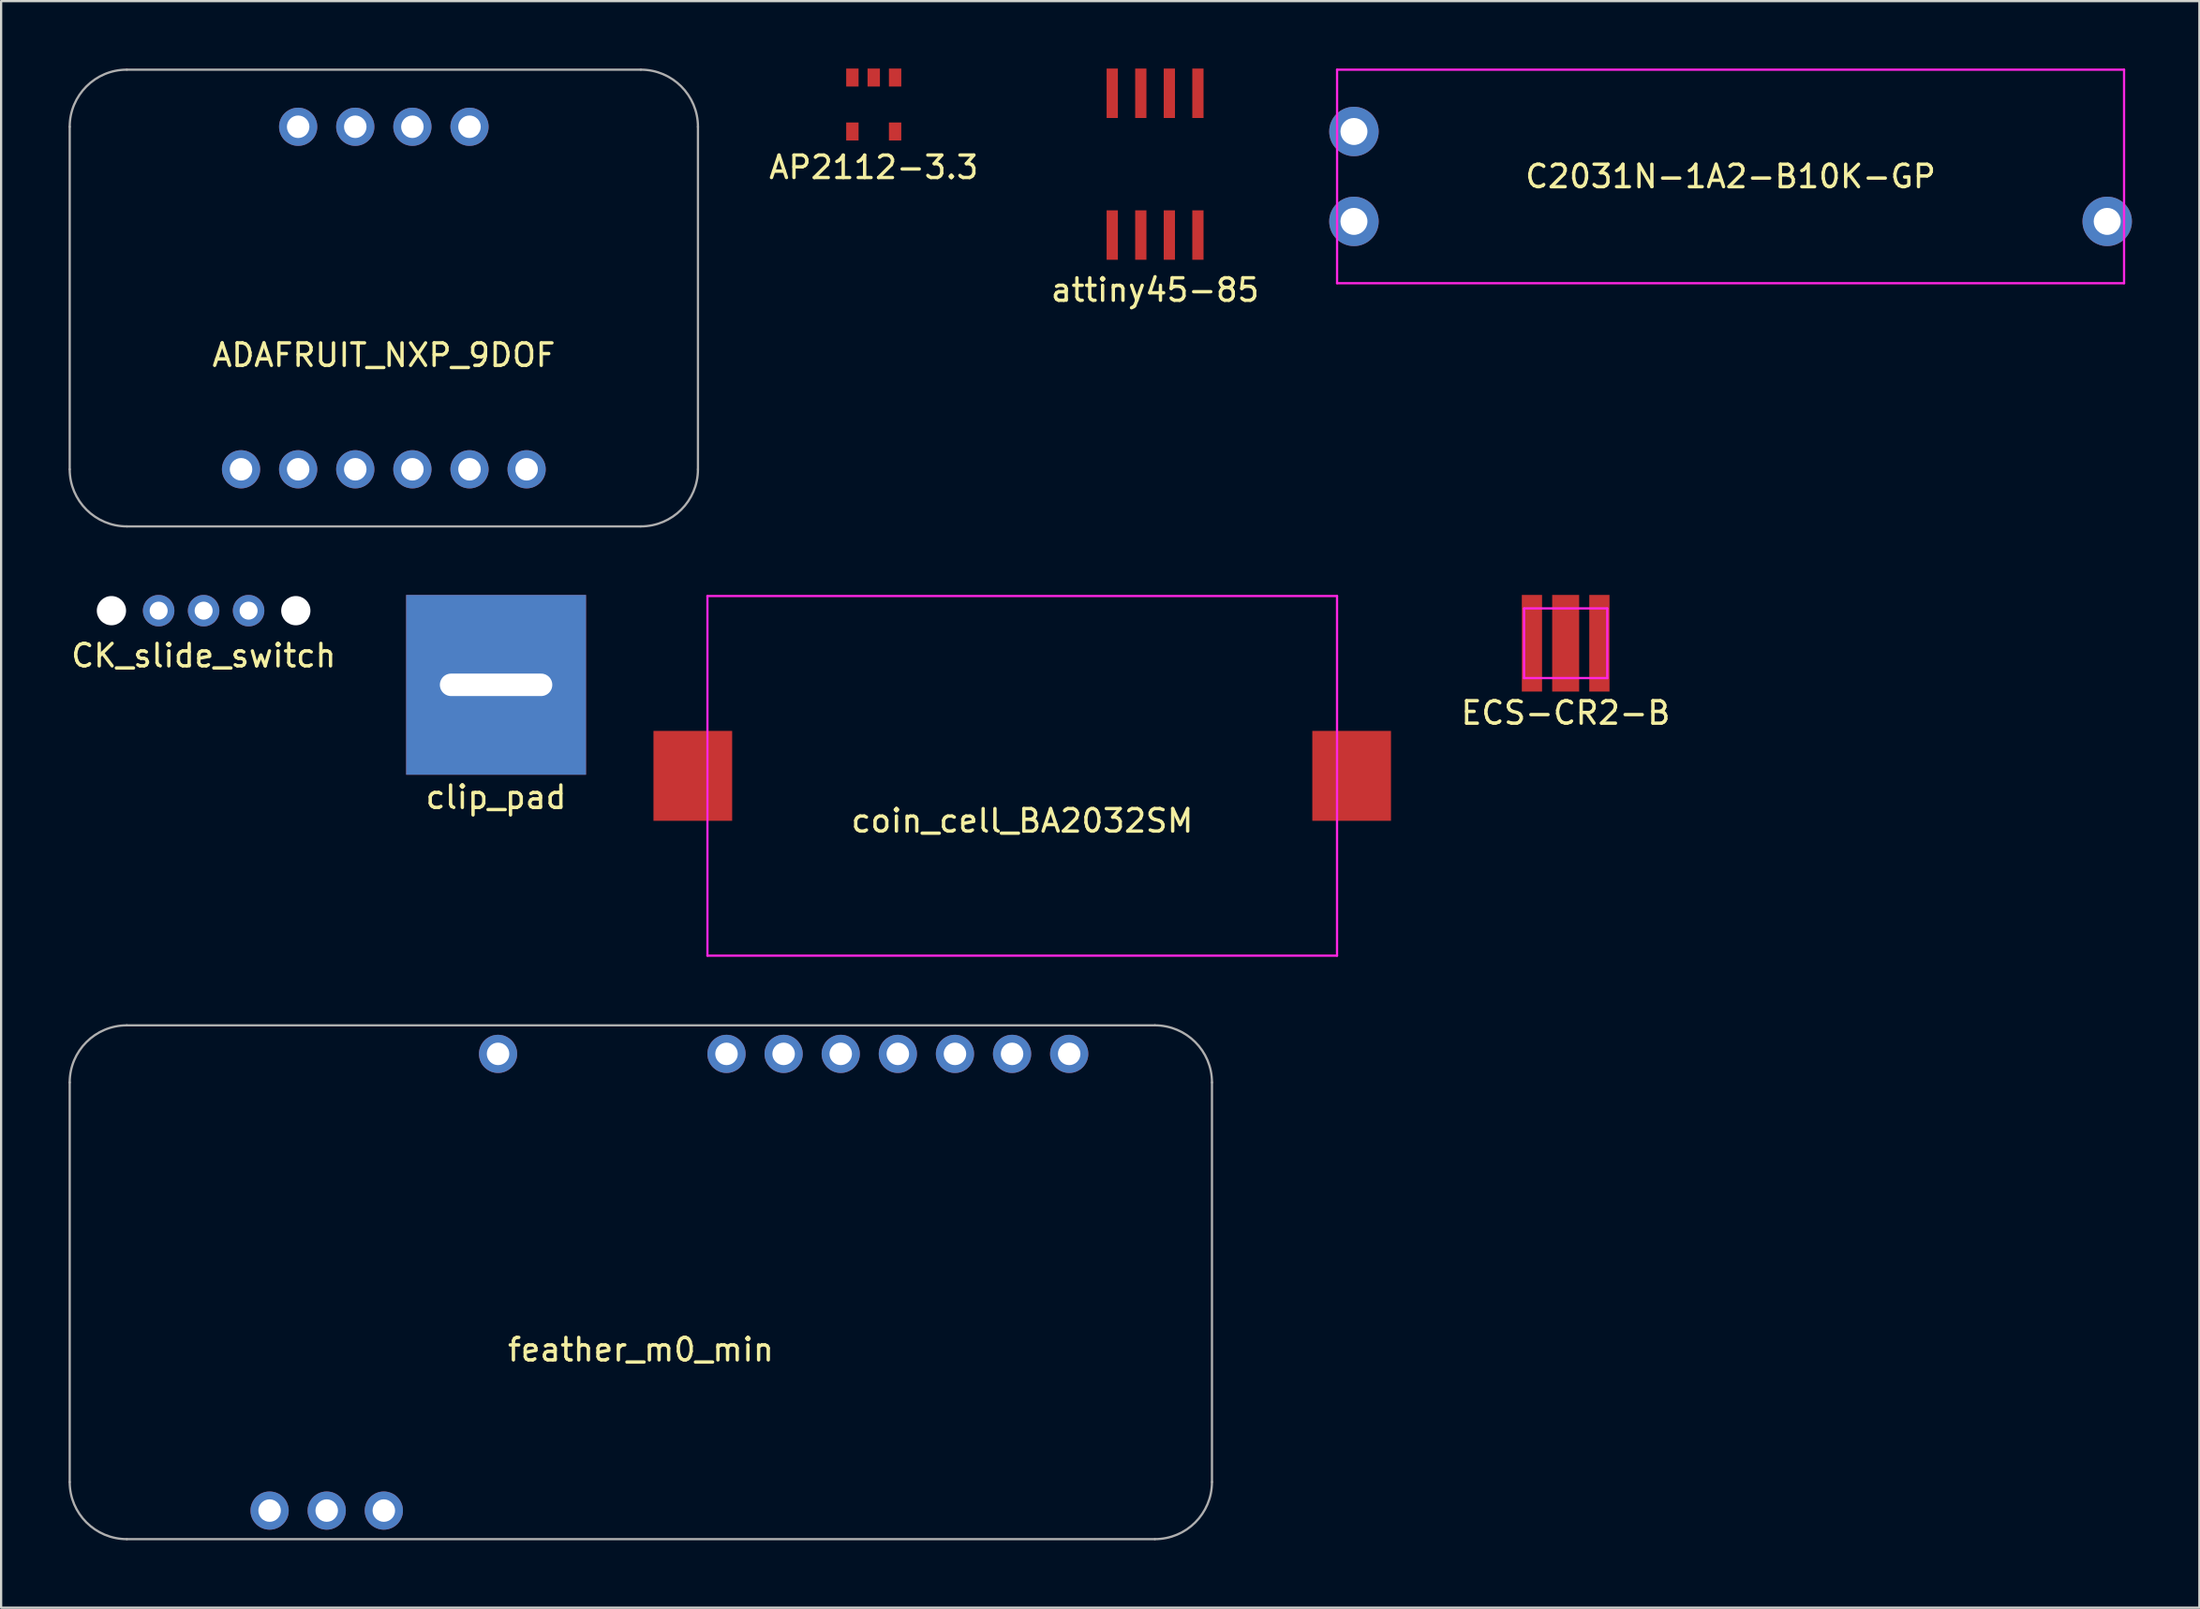
<source format=kicad_pcb>
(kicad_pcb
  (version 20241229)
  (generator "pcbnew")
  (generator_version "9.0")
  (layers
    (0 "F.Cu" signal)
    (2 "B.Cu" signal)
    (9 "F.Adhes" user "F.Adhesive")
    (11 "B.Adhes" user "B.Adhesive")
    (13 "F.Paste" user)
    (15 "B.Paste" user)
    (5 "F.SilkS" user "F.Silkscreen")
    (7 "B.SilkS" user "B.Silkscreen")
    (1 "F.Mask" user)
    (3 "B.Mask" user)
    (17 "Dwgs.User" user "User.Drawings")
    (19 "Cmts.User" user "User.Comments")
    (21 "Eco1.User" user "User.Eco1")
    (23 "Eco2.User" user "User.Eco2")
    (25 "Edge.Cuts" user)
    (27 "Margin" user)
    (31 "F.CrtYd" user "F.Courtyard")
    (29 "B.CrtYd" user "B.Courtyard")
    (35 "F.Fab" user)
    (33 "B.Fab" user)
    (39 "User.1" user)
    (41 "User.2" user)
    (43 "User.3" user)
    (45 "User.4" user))
  (footprint "CK_slide_switch"
    (layer "F.Cu")
    (at 6.006 24.12)
    (property "Reference" "CK_slide_switch" (at 0 2 0) (layer "F.SilkS") (effects (font (size 1 1) (thickness 0.15))))
    (attr through_hole)
    (pad "" np_thru_hole circle (at -4.1 0) (size 1.3 1.3) (drill 1.3) (layers "*.Cu" "*.Mask"))
    (pad "" np_thru_hole circle (at 4.1 0) (size 1.3 1.3) (drill 1.3) (layers "*.Cu" "*.Mask"))
    (pad "1" thru_hole circle (at 0 0) (size 1.4 1.4) (drill 0.8) (layers "*.Cu" "*.Mask"))
    (pad "2" thru_hole circle (at -2 0) (size 1.4 1.4) (drill 0.8) (layers "*.Cu" "*.Mask"))
    (pad "3" thru_hole circle (at 2 0) (size 1.4 1.4) (drill 0.8) (layers "*.Cu" "*.Mask")))
  (footprint "coin_cell_BA2032SM"
    (layer "F.Cu")
    (at 42.412 31.47)
    (property "Reference" "coin_cell_BA2032SM" (at 0 2 0) (layer "F.SilkS") (effects (font (size 1 1) (thickness 0.15))))
    (attr through_hole)
    (fp_line (start -14 -8) (end -14 8) (stroke (width 0.1) (type solid)) (layer "F.CrtYd"))
    (fp_line (start -14 8) (end 14 8) (stroke (width 0.1) (type solid)) (layer "F.CrtYd"))
    (fp_line (start 14 -8) (end -14 -8) (stroke (width 0.1) (type solid)) (layer "F.CrtYd"))
    (fp_line (start 14 8) (end 14 -8) (stroke (width 0.1) (type solid)) (layer "F.CrtYd"))
    (pad "1" smd rect (at -14.65 0) (size 3.5 4) (layers "F.Cu" "F.Mask" "F.Paste"))
    (pad "2" smd rect (at 14.65 0) (size 3.5 4) (layers "F.Cu" "F.Mask" "F.Paste")))
  (footprint "clip_pad"
    (layer "F.Cu")
    (at 19.012 27.42)
    (property "Reference" "clip_pad" (at 0 5 0) (layer "F.SilkS") (effects (font (size 1 1) (thickness 0.15))))
    (attr through_hole)
    (pad "1" thru_hole rect (at 0 0) (size 8 8) (drill oval 5 1) (layers "*.Cu" "*.Mask")))
  (footprint "AP2112-3.3"
    (layer "F.Cu")
    (at 35.808 1.6)
    (property "Reference" "AP2112-3.3" (at 0 2.794 0) (layer "F.SilkS") (effects (font (size 1 1) (thickness 0.15))))
    (attr through_hole)
    (pad "1" smd rect (at 0.95 -1.2) (size 0.55 0.8) (layers "F.Cu" "F.Mask" "F.Paste"))
    (pad "2" smd rect (at 0 -1.2) (size 0.55 0.8) (layers "F.Cu" "F.Mask" "F.Paste"))
    (pad "3" smd rect (at -0.95 -1.2) (size 0.55 0.8) (layers "F.Cu" "F.Mask" "F.Paste"))
    (pad "4" smd rect (at -0.95 1.2) (size 0.55 0.8) (layers "F.Cu" "F.Mask" "F.Paste"))
    (pad "5" smd rect (at 0.95 1.2) (size 0.55 0.8) (layers "F.Cu" "F.Mask" "F.Paste")))
  (footprint "ADAFRUIT_NXP_9DOF"
    (layer "F.Cu")
    (at 14.02 10.21)
    (property "Reference" "ADAFRUIT_NXP_9DOF" (at 0 2.54 0) (layer "F.SilkS") (effects (font (size 1 1) (thickness 0.15))))
    (attr through_hole)
    (fp_line (start -13.97 -7.62) (end -13.97 7.62) (stroke (width 0.1) (type solid)) (layer "F.Fab"))
    (fp_line (start -11.43 -10.16) (end 11.43 -10.16) (stroke (width 0.1) (type solid)) (layer "F.Fab"))
    (fp_line (start -11.43 10.16) (end 11.43 10.16) (stroke (width 0.1) (type solid)) (layer "F.Fab"))
    (fp_line (start 13.97 -7.62) (end 13.97 7.62) (stroke (width 0.1) (type solid)) (layer "F.Fab"))
    (fp_arc (start -13.97 -7.62) (mid -13.226051 -9.416051) (end -11.43 -10.16) (stroke (width 0.1) (type solid)) (layer "F.Fab"))
    (fp_arc (start -11.43 10.16) (mid -13.226051 9.416051) (end -13.97 7.62) (stroke (width 0.1) (type solid)) (layer "F.Fab"))
    (fp_arc (start 11.43 -10.16) (mid 13.226051 -9.416051) (end 13.97 -7.62) (stroke (width 0.1) (type solid)) (layer "F.Fab"))
    (fp_arc (start 13.97 7.62) (mid 13.226051 9.416051) (end 11.43 10.16) (stroke (width 0.1) (type solid)) (layer "F.Fab"))
    (pad "1" thru_hole circle (at -6.35 7.62) (size 1.7 1.7) (drill 1) (layers "*.Cu" "*.Mask"))
    (pad "2" thru_hole circle (at -3.81 7.62) (size 1.7 1.7) (drill 1) (layers "*.Cu" "*.Mask"))
    (pad "3" thru_hole circle (at -1.27 7.62) (size 1.7 1.7) (drill 1) (layers "*.Cu" "*.Mask"))
    (pad "4" thru_hole circle (at 1.27 7.62) (size 1.7 1.7) (drill 1) (layers "*.Cu" "*.Mask"))
    (pad "5" thru_hole circle (at 3.81 7.62) (size 1.7 1.7) (drill 1) (layers "*.Cu" "*.Mask"))
    (pad "6" thru_hole circle (at 6.35 7.62) (size 1.7 1.7) (drill 1) (layers "*.Cu" "*.Mask"))
    (pad "7" thru_hole circle (at -3.81 -7.62) (size 1.7 1.7) (drill 1) (layers "*.Cu" "*.Mask"))
    (pad "8" thru_hole circle (at -1.27 -7.62) (size 1.7 1.7) (drill 1) (layers "*.Cu" "*.Mask"))
    (pad "9" thru_hole circle (at 1.27 -7.62) (size 1.7 1.7) (drill 1) (layers "*.Cu" "*.Mask"))
    (pad "10" thru_hole circle (at 3.81 -7.62) (size 1.7 1.7) (drill 1) (layers "*.Cu" "*.Mask")))
  (footprint "attiny45-85"
    (layer "F.Cu")
    (at 48.32 4.254)
    (property "Reference" "attiny45-85" (at 0 5.6 0) (layer "F.SilkS") (effects (font (size 1 1) (thickness 0.15))))
    (attr through_hole)
    (pad "1" smd rect (at -1.905 3.154) (size 0.5 2.2) (layers "F.Cu" "F.Mask" "F.Paste"))
    (pad "2" smd rect (at -0.635 3.154) (size 0.5 2.2) (layers "F.Cu" "F.Mask" "F.Paste"))
    (pad "3" smd rect (at 0.635 3.154) (size 0.5 2.2) (layers "F.Cu" "F.Mask" "F.Paste"))
    (pad "4" smd rect (at 1.905 3.154) (size 0.5 2.2) (layers "F.Cu" "F.Mask" "F.Paste"))
    (pad "5" smd rect (at 1.905 -3.154) (size 0.5 2.2) (layers "F.Cu" "F.Mask" "F.Paste"))
    (pad "6" smd rect (at 0.635 -3.154) (size 0.5 2.2) (layers "F.Cu" "F.Mask" "F.Paste"))
    (pad "7" smd rect (at -0.635 -3.154) (size 0.5 2.2) (layers "F.Cu" "F.Mask" "F.Paste"))
    (pad "8" smd rect (at -1.905 -3.154) (size 0.5 2.2) (layers "F.Cu" "F.Mask" "F.Paste")))
  (footprint "C2031N-1A2-B10K-GP"
    (layer "F.Cu")
    (at 73.914 4.8)
    (property "Reference" "C2031N-1A2-B10K-GP" (at 0 0 0) (layer "F.SilkS") (effects (font (size 1 1) (thickness 0.15))))
    (attr through_hole)
    (fp_line (start -17.5 -4.75) (end 17.5 -4.75) (stroke (width 0.1) (type solid)) (layer "F.CrtYd"))
    (fp_line (start -17.5 4.75) (end -17.5 -4.75) (stroke (width 0.1) (type solid)) (layer "F.CrtYd"))
    (fp_line (start 17.5 -4.75) (end 17.5 4.75) (stroke (width 0.1) (type solid)) (layer "F.CrtYd"))
    (fp_line (start 17.5 4.75) (end -17.5 4.75) (stroke (width 0.1) (type solid)) (layer "F.CrtYd"))
    (pad "1" thru_hole circle (at -16.75 -2) (size 2.2 2.2) (drill 1.2) (layers "*.Cu" "*.Mask"))
    (pad "2" thru_hole circle (at -16.75 2) (size 2.2 2.2) (drill 1.2) (layers "*.Cu" "*.Mask"))
    (pad "3" thru_hole circle (at 16.75 2) (size 2.2 2.2) (drill 1.2) (layers "*.Cu" "*.Mask")))
  (footprint "ECS-CR2-B"
    (layer "F.Cu")
    (at 66.58 25.57)
    (property "Reference" "ECS-CR2-B" (at 0 3.1 0) (layer "F.SilkS") (effects (font (size 1 1) (thickness 0.15))))
    (attr through_hole)
    (fp_line (start -1.85 -1.55) (end 1.85 -1.55) (stroke (width 0.1) (type solid)) (layer "F.CrtYd"))
    (fp_line (start -1.85 1.55) (end -1.85 -1.55) (stroke (width 0.1) (type solid)) (layer "F.CrtYd"))
    (fp_line (start 1.85 -1.55) (end 1.85 1.55) (stroke (width 0.1) (type solid)) (layer "F.CrtYd"))
    (fp_line (start 1.85 1.55) (end -1.85 1.55) (stroke (width 0.1) (type solid)) (layer "F.CrtYd"))
    (pad "1" smd rect (at -1.5 0) (size 0.9 4.3) (layers "F.Cu" "F.Mask" "F.Paste"))
    (pad "2" smd rect (at 0 0) (size 1.2 4.3) (layers "F.Cu" "F.Mask" "F.Paste"))
    (pad "3" smd rect (at 1.5 0) (size 0.9 4.3) (layers "F.Cu" "F.Mask" "F.Paste")))
  (footprint "feather_m0_min"
    (layer "F.Cu")
    (at 25.45 54)
    (property "Reference" "feather_m0_min" (at 0 3 0) (layer "F.SilkS") (effects (font (size 1 1) (thickness 0.15))))
    (attr through_hole)
    (fp_line (start -25.4 -8.89) (end -25.4 8.89) (stroke (width 0.1) (type solid)) (layer "F.Fab"))
    (fp_line (start -22.86 -11.43) (end 22.86 -11.43) (stroke (width 0.1) (type solid)) (layer "F.Fab"))
    (fp_line (start -22.86 11.43) (end 22.86 11.43) (stroke (width 0.1) (type solid)) (layer "F.Fab"))
    (fp_line (start 25.4 -8.89) (end 25.4 8.89) (stroke (width 0.1) (type solid)) (layer "F.Fab"))
    (fp_arc (start -25.4 -8.89) (mid -24.656051 -10.686051) (end -22.86 -11.43) (stroke (width 0.1) (type solid)) (layer "F.Fab"))
    (fp_arc (start -22.86 11.43) (mid -24.656051 10.686051) (end -25.4 8.89) (stroke (width 0.1) (type solid)) (layer "F.Fab"))
    (fp_arc (start 22.86 -11.43) (mid 24.656051 -10.686051) (end 25.4 -8.89) (stroke (width 0.1) (type solid)) (layer "F.Fab"))
    (fp_arc (start 25.4 8.89) (mid 24.656051 10.686051) (end 22.86 11.43) (stroke (width 0.1) (type solid)) (layer "F.Fab"))
    (pad "1" thru_hole circle (at -16.51 10.16) (size 1.7 1.7) (drill 1) (layers "*.Cu" "*.Mask"))
    (pad "2" thru_hole circle (at 6.35 -10.16) (size 1.7 1.7) (drill 1) (layers "*.Cu" "*.Mask"))
    (pad "3" thru_hole circle (at 8.89 -10.16) (size 1.7 1.7) (drill 1) (layers "*.Cu" "*.Mask"))
    (pad "4" thru_hole circle (at 11.43 -10.16) (size 1.7 1.7) (drill 1) (layers "*.Cu" "*.Mask"))
    (pad "5" thru_hole circle (at 13.97 -10.16) (size 1.7 1.7) (drill 1) (layers "*.Cu" "*.Mask"))
    (pad "6" thru_hole circle (at 16.51 -10.16) (size 1.7 1.7) (drill 1) (layers "*.Cu" "*.Mask"))
    (pad "7" thru_hole circle (at 19.05 -10.16) (size 1.7 1.7) (drill 1) (layers "*.Cu" "*.Mask"))
    (pad "8" thru_hole circle (at -6.35 -10.16) (size 1.7 1.7) (drill 1) (layers "*.Cu" "*.Mask"))
    (pad "9" thru_hole circle (at -13.97 10.16) (size 1.7 1.7) (drill 1) (layers "*.Cu" "*.Mask"))
    (pad "10" thru_hole circle (at 3.81 -10.16) (size 1.7 1.7) (drill 1) (layers "*.Cu" "*.Mask"))
    (pad "11" thru_hole circle (at -11.43 10.16) (size 1.7 1.7) (drill 1) (layers "*.Cu" "*.Mask")))
  (gr_rect
    (start -3 -3)
    (end 94.764 68.48)
    (stroke (width 0.1) (type default))
    (fill no)
    (layer "Edge.Cuts")))
</source>
